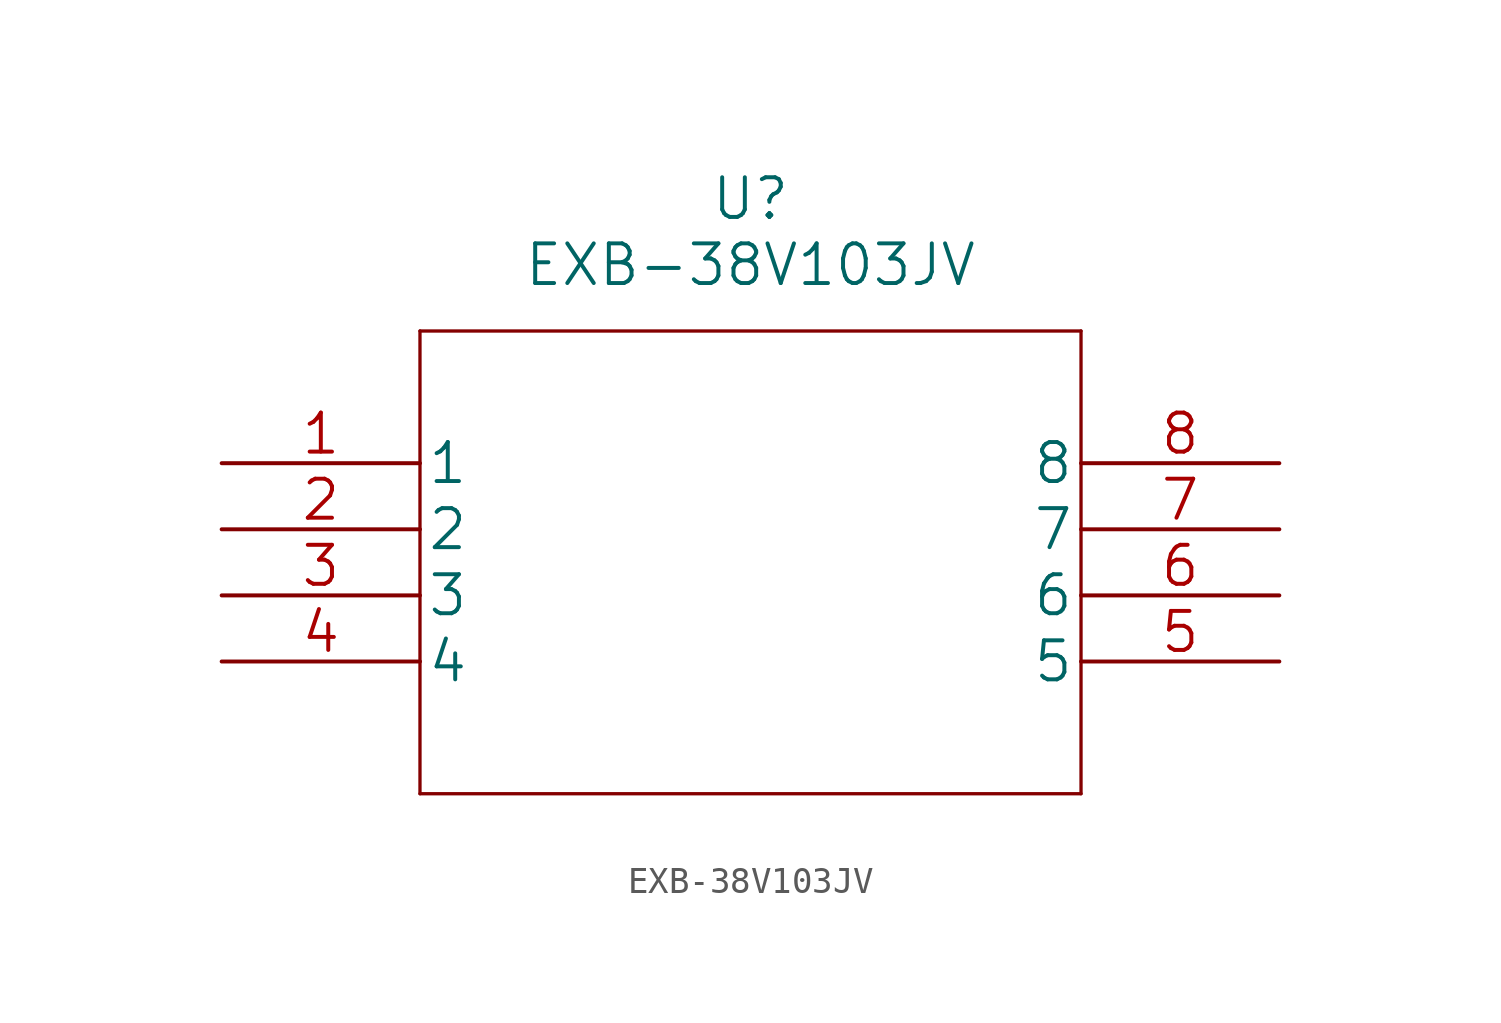
<source format=kicad_sym>
(kicad_symbol_lib
  (version 20201005)
  (generator kicad_symbol_editor)
  (symbol "EXB-38V103JV"
    (pin_names
      (offset 0.254))
    (property "Reference" "U"
      (at 20.32 10.16 0)
      (effects (font (size 1.524 1.524))))
    (property "Value" "EXB-38V103JV"
      (at 20.32 7.62 0)
      (effects (font (size 1.524 1.524))))
    (property "Datasheet" ""
      (at 0 0 0)
      (effects (font (size 1.524 1.524))))
    (property "ki_locked" ""
      (at 0 0 0)
      (effects (font (size 1.27 1.27))))
    (symbol "EXB-38V103JV_1_1"
      (polyline (pts (xy 7.62 -12.7) (xy 33.02 -12.7)) (stroke (width 0.127)) (fill (type none)))
      (polyline (pts (xy 7.62 5.08) (xy 7.62 -12.7)) (stroke (width 0.127)) (fill (type none)))
      (polyline (pts (xy 33.02 -12.7) (xy 33.02 5.08)) (stroke (width 0.127)) (fill (type none)))
      (polyline (pts (xy 33.02 5.08) (xy 7.62 5.08)) (stroke (width 0.127)) (fill (type none)))
      (pin unspecified line (at 0 0 0) (length 7.62) (name "1" (effects (font (size 1.499 1.499)))) (number "1" (effects (font (size 1.499 1.499)))))
      (pin unspecified line (at 0 -2.54 0) (length 7.62) (name "2" (effects (font (size 1.499 1.499)))) (number "2" (effects (font (size 1.499 1.499)))))
      (pin unspecified line (at 0 -5.08 0) (length 7.62) (name "3" (effects (font (size 1.499 1.499)))) (number "3" (effects (font (size 1.499 1.499)))))
      (pin unspecified line (at 0 -7.62 0) (length 7.62) (name "4" (effects (font (size 1.499 1.499)))) (number "4" (effects (font (size 1.499 1.499)))))
      (pin unspecified line (at 40.64 -7.62 180) (length 7.62) (name "5" (effects (font (size 1.499 1.499)))) (number "5" (effects (font (size 1.499 1.499)))))
      (pin unspecified line (at 40.64 -5.08 180) (length 7.62) (name "6" (effects (font (size 1.499 1.499)))) (number "6" (effects (font (size 1.499 1.499)))))
      (pin unspecified line (at 40.64 -2.54 180) (length 7.62) (name "7" (effects (font (size 1.499 1.499)))) (number "7" (effects (font (size 1.499 1.499)))))
      (pin unspecified line (at 40.64 0 180) (length 7.62) (name "8" (effects (font (size 1.499 1.499)))) (number "8" (effects (font (size 1.499 1.499))))))))
</source>
